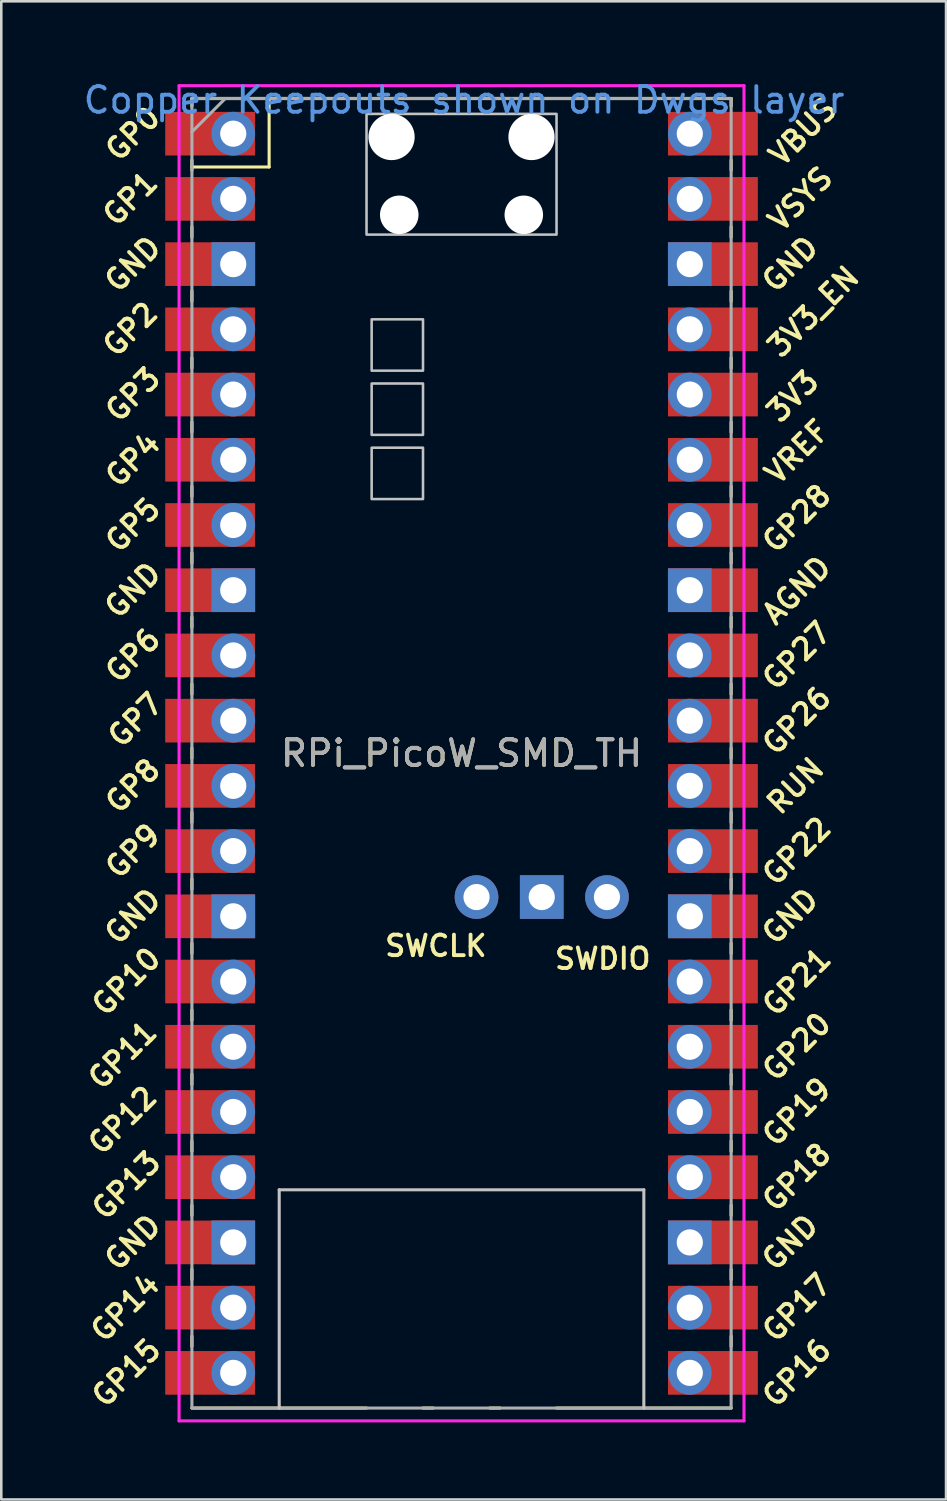
<source format=kicad_pcb>
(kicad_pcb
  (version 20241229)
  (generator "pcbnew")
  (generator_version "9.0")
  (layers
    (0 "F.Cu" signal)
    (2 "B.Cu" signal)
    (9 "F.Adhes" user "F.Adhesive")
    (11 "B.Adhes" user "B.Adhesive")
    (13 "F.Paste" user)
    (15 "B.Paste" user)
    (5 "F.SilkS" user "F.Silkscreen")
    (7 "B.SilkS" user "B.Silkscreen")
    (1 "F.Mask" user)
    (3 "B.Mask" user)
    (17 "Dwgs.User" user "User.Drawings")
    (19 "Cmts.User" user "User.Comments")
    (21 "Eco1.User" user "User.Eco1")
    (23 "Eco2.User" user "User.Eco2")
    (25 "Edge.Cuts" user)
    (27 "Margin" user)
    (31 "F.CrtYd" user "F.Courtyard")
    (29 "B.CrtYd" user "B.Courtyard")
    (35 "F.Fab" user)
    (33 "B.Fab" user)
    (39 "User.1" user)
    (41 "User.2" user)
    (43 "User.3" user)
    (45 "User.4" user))
  (footprint "RPi_PicoW_SMD_TH"
    (layer "F.Cu")
    (at 14.924 26.286)
    (property "Reference" "RPi_PicoW_SMD_TH" (at 0 0 0) (layer "F.SilkS") (effects (font (size 1 1) (thickness 0.15))))
    (attr through_hole)
    (fp_line (start -10.5 -25.5) (end -10.5 -25.2) (stroke (width 0.12) (type solid)) (layer "F.SilkS"))
    (fp_line (start -10.5 -25.5) (end 10.5 -25.5) (stroke (width 0.12) (type solid)) (layer "F.SilkS"))
    (fp_line (start -10.5 -23.1) (end -10.5 -22.7) (stroke (width 0.12) (type solid)) (layer "F.SilkS"))
    (fp_line (start -10.5 -22.833) (end -7.493 -22.833) (stroke (width 0.12) (type solid)) (layer "F.SilkS"))
    (fp_line (start -10.5 -20.5) (end -10.5 -20.1) (stroke (width 0.12) (type solid)) (layer "F.SilkS"))
    (fp_line (start -10.5 -18) (end -10.5 -17.6) (stroke (width 0.12) (type solid)) (layer "F.SilkS"))
    (fp_line (start -10.5 -15.4) (end -10.5 -15) (stroke (width 0.12) (type solid)) (layer "F.SilkS"))
    (fp_line (start -10.5 -12.9) (end -10.5 -12.5) (stroke (width 0.12) (type solid)) (layer "F.SilkS"))
    (fp_line (start -10.5 -10.4) (end -10.5 -10) (stroke (width 0.12) (type solid)) (layer "F.SilkS"))
    (fp_line (start -10.5 -7.8) (end -10.5 -7.4) (stroke (width 0.12) (type solid)) (layer "F.SilkS"))
    (fp_line (start -10.5 -5.3) (end -10.5 -4.9) (stroke (width 0.12) (type solid)) (layer "F.SilkS"))
    (fp_line (start -10.5 -2.7) (end -10.5 -2.3) (stroke (width 0.12) (type solid)) (layer "F.SilkS"))
    (fp_line (start -10.5 -0.2) (end -10.5 0.2) (stroke (width 0.12) (type solid)) (layer "F.SilkS"))
    (fp_line (start -10.5 2.3) (end -10.5 2.7) (stroke (width 0.12) (type solid)) (layer "F.SilkS"))
    (fp_line (start -10.5 4.9) (end -10.5 5.3) (stroke (width 0.12) (type solid)) (layer "F.SilkS"))
    (fp_line (start -10.5 7.4) (end -10.5 7.8) (stroke (width 0.12) (type solid)) (layer "F.SilkS"))
    (fp_line (start -10.5 10) (end -10.5 10.4) (stroke (width 0.12) (type solid)) (layer "F.SilkS"))
    (fp_line (start -10.5 12.5) (end -10.5 12.9) (stroke (width 0.12) (type solid)) (layer "F.SilkS"))
    (fp_line (start -10.5 15.1) (end -10.5 15.5) (stroke (width 0.12) (type solid)) (layer "F.SilkS"))
    (fp_line (start -10.5 17.6) (end -10.5 18) (stroke (width 0.12) (type solid)) (layer "F.SilkS"))
    (fp_line (start -10.5 20.1) (end -10.5 20.5) (stroke (width 0.12) (type solid)) (layer "F.SilkS"))
    (fp_line (start -10.5 22.7) (end -10.5 23.1) (stroke (width 0.12) (type solid)) (layer "F.SilkS"))
    (fp_line (start -7.493 -22.833) (end -7.493 -25.5) (stroke (width 0.12) (type solid)) (layer "F.SilkS"))
    (fp_line (start -3.7 25.5) (end -10.5 25.5) (stroke (width 0.12) (type solid)) (layer "F.SilkS"))
    (fp_line (start -1.5 25.5) (end -1.1 25.5) (stroke (width 0.12) (type solid)) (layer "F.SilkS"))
    (fp_line (start 1.1 25.5) (end 1.5 25.5) (stroke (width 0.12) (type solid)) (layer "F.SilkS"))
    (fp_line (start 10.5 -25.5) (end 10.5 -25.2) (stroke (width 0.12) (type solid)) (layer "F.SilkS"))
    (fp_line (start 10.5 -23.1) (end 10.5 -22.7) (stroke (width 0.12) (type solid)) (layer "F.SilkS"))
    (fp_line (start 10.5 -20.5) (end 10.5 -20.1) (stroke (width 0.12) (type solid)) (layer "F.SilkS"))
    (fp_line (start 10.5 -18) (end 10.5 -17.6) (stroke (width 0.12) (type solid)) (layer "F.SilkS"))
    (fp_line (start 10.5 -15.4) (end 10.5 -15) (stroke (width 0.12) (type solid)) (layer "F.SilkS"))
    (fp_line (start 10.5 -12.9) (end 10.5 -12.5) (stroke (width 0.12) (type solid)) (layer "F.SilkS"))
    (fp_line (start 10.5 -10.4) (end 10.5 -10) (stroke (width 0.12) (type solid)) (layer "F.SilkS"))
    (fp_line (start 10.5 -7.8) (end 10.5 -7.4) (stroke (width 0.12) (type solid)) (layer "F.SilkS"))
    (fp_line (start 10.5 -5.3) (end 10.5 -4.9) (stroke (width 0.12) (type solid)) (layer "F.SilkS"))
    (fp_line (start 10.5 -2.7) (end 10.5 -2.3) (stroke (width 0.12) (type solid)) (layer "F.SilkS"))
    (fp_line (start 10.5 -0.2) (end 10.5 0.2) (stroke (width 0.12) (type solid)) (layer "F.SilkS"))
    (fp_line (start 10.5 2.3) (end 10.5 2.7) (stroke (width 0.12) (type solid)) (layer "F.SilkS"))
    (fp_line (start 10.5 4.9) (end 10.5 5.3) (stroke (width 0.12) (type solid)) (layer "F.SilkS"))
    (fp_line (start 10.5 7.4) (end 10.5 7.8) (stroke (width 0.12) (type solid)) (layer "F.SilkS"))
    (fp_line (start 10.5 10) (end 10.5 10.4) (stroke (width 0.12) (type solid)) (layer "F.SilkS"))
    (fp_line (start 10.5 12.5) (end 10.5 12.9) (stroke (width 0.12) (type solid)) (layer "F.SilkS"))
    (fp_line (start 10.5 15.1) (end 10.5 15.5) (stroke (width 0.12) (type solid)) (layer "F.SilkS"))
    (fp_line (start 10.5 17.6) (end 10.5 18) (stroke (width 0.12) (type solid)) (layer "F.SilkS"))
    (fp_line (start 10.5 20.1) (end 10.5 20.5) (stroke (width 0.12) (type solid)) (layer "F.SilkS"))
    (fp_line (start 10.5 22.7) (end 10.5 23.1) (stroke (width 0.12) (type solid)) (layer "F.SilkS"))
    (fp_line (start 10.5 25.5) (end 3.7 25.5) (stroke (width 0.12) (type solid)) (layer "F.SilkS"))
    (fp_line (start -7.1 17) (end 7.1 17) (stroke (width 0.12) (type solid)) (layer "Dwgs.User"))
    (fp_line (start -7.1 25.5) (end -7.1 17) (stroke (width 0.12) (type solid)) (layer "Dwgs.User"))
    (fp_line (start 7.1 17) (end 7.1 25.5) (stroke (width 0.12) (type solid)) (layer "Dwgs.User"))
    (fp_poly (pts (xy -1.5 -14.9) (xy -3.5 -14.9) (xy -3.5 -16.9) (xy -1.5 -16.9)) (stroke (width 0.1) (type solid)) (fill no) (layer "Dwgs.User"))
    (fp_poly (pts (xy -1.5 -12.4) (xy -3.5 -12.4) (xy -3.5 -14.4) (xy -1.5 -14.4)) (stroke (width 0.1) (type solid)) (fill no) (layer "Dwgs.User"))
    (fp_poly (pts (xy -1.5 -9.9) (xy -3.5 -9.9) (xy -3.5 -11.9) (xy -1.5 -11.9)) (stroke (width 0.1) (type solid)) (fill no) (layer "Dwgs.User"))
    (fp_poly (pts (xy 3.7 -20.2) (xy -3.7 -20.2) (xy -3.7 -24.9) (xy 3.7 -24.9)) (stroke (width 0.1) (type solid)) (fill no) (layer "Dwgs.User"))
    (fp_line (start -11 -26) (end 11 -26) (stroke (width 0.12) (type solid)) (layer "F.CrtYd"))
    (fp_line (start -11 26) (end -11 -26) (stroke (width 0.12) (type solid)) (layer "F.CrtYd"))
    (fp_line (start 11 -26) (end 11 26) (stroke (width 0.12) (type solid)) (layer "F.CrtYd"))
    (fp_line (start 11 26) (end -11 26) (stroke (width 0.12) (type solid)) (layer "F.CrtYd"))
    (fp_line (start -10.5 -25.5) (end 10.5 -25.5) (stroke (width 0.12) (type solid)) (layer "F.Fab"))
    (fp_line (start -10.5 -24.2) (end -9.2 -25.5) (stroke (width 0.12) (type solid)) (layer "F.Fab"))
    (fp_line (start -10.5 25.5) (end -10.5 -25.5) (stroke (width 0.12) (type solid)) (layer "F.Fab"))
    (fp_line (start 10.5 -25.5) (end 10.5 25.5) (stroke (width 0.12) (type solid)) (layer "F.Fab"))
    (fp_line (start 10.5 25.5) (end -10.5 25.5) (stroke (width 0.12) (type solid)) (layer "F.Fab"))
    (fp_text user "SWDIO" (at 5.5 8 0) (layer "F.SilkS") (effects (font (size 0.8 0.8) (thickness 0.15))))
    (fp_text user "GND" (at -12.8 19.05 45) (layer "F.SilkS") (effects (font (size 0.8 0.8) (thickness 0.15))))
    (fp_text user "GP9" (at -12.8 3.81 45) (layer "F.SilkS") (effects (font (size 0.8 0.8) (thickness 0.15))))
    (fp_text user "GP26" (at 13.054 -1.27 45) (layer "F.SilkS") (effects (font (size 0.8 0.8) (thickness 0.15))))
    (fp_text user "GND" (at -12.8 -19.05 45) (layer "F.SilkS") (effects (font (size 0.8 0.8) (thickness 0.15))))
    (fp_text user "GP0" (at -12.8 -24.13 45) (layer "F.SilkS") (effects (font (size 0.8 0.8) (thickness 0.15))))
    (fp_text user "GP27" (at 13.054 -3.8 45) (layer "F.SilkS") (effects (font (size 0.8 0.8) (thickness 0.15))))
    (fp_text user "GND" (at -12.8 -6.35 45) (layer "F.SilkS") (effects (font (size 0.8 0.8) (thickness 0.15))))
    (fp_text user "GND" (at -12.8 6.35 45) (layer "F.SilkS") (effects (font (size 0.8 0.8) (thickness 0.15))))
    (fp_text user "GP13" (at -13.054 16.832 45) (layer "F.SilkS") (effects (font (size 0.8 0.8) (thickness 0.15))))
    (fp_text user "VBUS" (at 13.3 -24.2 45) (layer "F.SilkS") (effects (font (size 0.8 0.8) (thickness 0.15))))
    (fp_text user "GP10" (at -13.054 8.89 45) (layer "F.SilkS") (effects (font (size 0.8 0.8) (thickness 0.15))))
    (fp_text user "GP16" (at 13.054 24.13 45) (layer "F.SilkS") (effects (font (size 0.8 0.8) (thickness 0.15))))
    (fp_text user "AGND" (at 13.054 -6.35 45) (layer "F.SilkS") (effects (font (size 0.8 0.8) (thickness 0.15))))
    (fp_text user "GP22" (at 13.054 3.81 45) (layer "F.SilkS") (effects (font (size 0.8 0.8) (thickness 0.15))))
    (fp_text user "RUN" (at 13 1.27 45) (layer "F.SilkS") (effects (font (size 0.8 0.8) (thickness 0.15))))
    (fp_text user "GND" (at 12.8 6.35 45) (layer "F.SilkS") (effects (font (size 0.8 0.8) (thickness 0.15))))
    (fp_text user "GP18" (at 13.054 16.51 45) (layer "F.SilkS") (effects (font (size 0.8 0.8) (thickness 0.15))))
    (fp_text user "GP14" (at -13.1 21.59 45) (layer "F.SilkS") (effects (font (size 0.8 0.8) (thickness 0.15))))
    (fp_text user "GP20" (at 13.054 11.43 45) (layer "F.SilkS") (effects (font (size 0.8 0.8) (thickness 0.15))))
    (fp_text user "GP21" (at 13.054 8.9 45) (layer "F.SilkS") (effects (font (size 0.8 0.8) (thickness 0.15))))
    (fp_text user "VSYS" (at 13.2 -21.59 45) (layer "F.SilkS") (effects (font (size 0.8 0.8) (thickness 0.15))))
    (fp_text user "VREF" (at 13.068 -11.742 45) (layer "F.SilkS") (effects (font (size 0.8 0.8) (thickness 0.15))))
    (fp_text user "GP15" (at -13.054 24.13 45) (layer "F.SilkS") (effects (font (size 0.8 0.8) (thickness 0.15))))
    (fp_text user "GP5" (at -12.8 -8.89 45) (layer "F.SilkS") (effects (font (size 0.8 0.8) (thickness 0.15))))
    (fp_text user "GP3" (at -12.8 -13.97 45) (layer "F.SilkS") (effects (font (size 0.8 0.8) (thickness 0.15))))
    (fp_text user "3V3_EN" (at 13.7 -17.2 45) (layer "F.SilkS") (effects (font (size 0.8 0.8) (thickness 0.15))))
    (fp_text user "GND" (at 12.8 19.05 45) (layer "F.SilkS") (effects (font (size 0.8 0.8) (thickness 0.15))))
    (fp_text user "GND" (at 12.8 -19.05 45) (layer "F.SilkS") (effects (font (size 0.8 0.8) (thickness 0.15))))
    (fp_text user "3V3" (at 12.9 -13.9 45) (layer "F.SilkS") (effects (font (size 0.8 0.8) (thickness 0.15))))
    (fp_text user "GP12" (at -13.2 14.293 45) (layer "F.SilkS") (effects (font (size 0.8 0.8) (thickness 0.15))))
    (fp_text user "GP1" (at -12.9 -21.6 45) (layer "F.SilkS") (effects (font (size 0.8 0.8) (thickness 0.15))))
    (fp_text user "GP28" (at 13.054 -9.144 45) (layer "F.SilkS") (effects (font (size 0.8 0.8) (thickness 0.15))))
    (fp_text user "GP17" (at 13.054 21.59 45) (layer "F.SilkS") (effects (font (size 0.8 0.8) (thickness 0.15))))
    (fp_text user "GP6" (at -12.8 -3.81 45) (layer "F.SilkS") (effects (font (size 0.8 0.8) (thickness 0.15))))
    (fp_text user "SWCLK" (at -1 7.5 0) (layer "F.SilkS") (effects (font (size 0.8 0.8) (thickness 0.15))))
    (fp_text user "GP4" (at -12.8 -11.43 45) (layer "F.SilkS") (effects (font (size 0.8 0.8) (thickness 0.15))))
    (fp_text user "GP7" (at -12.7 -1.3 45) (layer "F.SilkS") (effects (font (size 0.8 0.8) (thickness 0.15))))
    (fp_text user "GP8" (at -12.8 1.27 45) (layer "F.SilkS") (effects (font (size 0.8 0.8) (thickness 0.15))))
    (fp_text user "GP2" (at -12.9 -16.51 45) (layer "F.SilkS") (effects (font (size 0.8 0.8) (thickness 0.15))))
    (fp_text user "GP19" (at 13.054 13.97 45) (layer "F.SilkS") (effects (font (size 0.8 0.8) (thickness 0.15))))
    (fp_text user "GP11" (at -13.2 11.752 45) (layer "F.SilkS") (effects (font (size 0.8 0.8) (thickness 0.15))))
    (fp_text user "Copper Keepouts shown on Dwgs layer" (at 0.1 -25.438 0) (layer "Cmts.User") (effects (font (size 1 1) (thickness 0.15))))
    (fp_text user "${REFERENCE}" (at 0 0 180) (layer "F.Fab") (effects (font (size 1 1) (thickness 0.15))))
    (pad "" np_thru_hole oval (at -2.725 -24) (size 1.8 1.8) (drill 1.8) (layers "*.Cu" "*.Mask"))
    (pad "" np_thru_hole oval (at -2.425 -20.97) (size 1.5 1.5) (drill 1.5) (layers "*.Cu" "*.Mask"))
    (pad "" np_thru_hole oval (at 2.425 -20.97) (size 1.5 1.5) (drill 1.5) (layers "*.Cu" "*.Mask"))
    (pad "" np_thru_hole oval (at 2.725 -24) (size 1.8 1.8) (drill 1.8) (layers "*.Cu" "*.Mask"))
    (pad "1" thru_hole oval (at -8.89 -24.13) (size 1.7 1.7) (drill 1.02) (layers "*.Cu" "*.Mask"))
    (pad "1" smd rect (at -8.89 -24.13) (size 3.5 1.7) (drill (offset -0.9 0)) (layers "F.Cu" "F.Mask"))
    (pad "2" thru_hole oval (at -8.89 -21.59) (size 1.7 1.7) (drill 1.02) (layers "*.Cu" "*.Mask"))
    (pad "2" smd rect (at -8.89 -21.59) (size 3.5 1.7) (drill (offset -0.9 0)) (layers "F.Cu" "F.Mask"))
    (pad "3" thru_hole rect (at -8.89 -19.05) (size 1.7 1.7) (drill 1.02) (layers "*.Cu" "*.Mask"))
    (pad "3" smd rect (at -8.89 -19.05) (size 3.5 1.7) (drill (offset -0.9 0)) (layers "F.Cu" "F.Mask"))
    (pad "4" thru_hole oval (at -8.89 -16.51) (size 1.7 1.7) (drill 1.02) (layers "*.Cu" "*.Mask"))
    (pad "4" smd rect (at -8.89 -16.51) (size 3.5 1.7) (drill (offset -0.9 0)) (layers "F.Cu" "F.Mask"))
    (pad "5" thru_hole oval (at -8.89 -13.97) (size 1.7 1.7) (drill 1.02) (layers "*.Cu" "*.Mask"))
    (pad "5" smd rect (at -8.89 -13.97) (size 3.5 1.7) (drill (offset -0.9 0)) (layers "F.Cu" "F.Mask"))
    (pad "6" thru_hole oval (at -8.89 -11.43) (size 1.7 1.7) (drill 1.02) (layers "*.Cu" "*.Mask"))
    (pad "6" smd rect (at -8.89 -11.43) (size 3.5 1.7) (drill (offset -0.9 0)) (layers "F.Cu" "F.Mask"))
    (pad "7" thru_hole oval (at -8.89 -8.89) (size 1.7 1.7) (drill 1.02) (layers "*.Cu" "*.Mask"))
    (pad "7" smd rect (at -8.89 -8.89) (size 3.5 1.7) (drill (offset -0.9 0)) (layers "F.Cu" "F.Mask"))
    (pad "8" thru_hole rect (at -8.89 -6.35) (size 1.7 1.7) (drill 1.02) (layers "*.Cu" "*.Mask"))
    (pad "8" smd rect (at -8.89 -6.35) (size 3.5 1.7) (drill (offset -0.9 0)) (layers "F.Cu" "F.Mask"))
    (pad "9" thru_hole oval (at -8.89 -3.81) (size 1.7 1.7) (drill 1.02) (layers "*.Cu" "*.Mask"))
    (pad "9" smd rect (at -8.89 -3.81) (size 3.5 1.7) (drill (offset -0.9 0)) (layers "F.Cu" "F.Mask"))
    (pad "10" thru_hole oval (at -8.89 -1.27) (size 1.7 1.7) (drill 1.02) (layers "*.Cu" "*.Mask"))
    (pad "10" smd rect (at -8.89 -1.27) (size 3.5 1.7) (drill (offset -0.9 0)) (layers "F.Cu" "F.Mask"))
    (pad "11" thru_hole oval (at -8.89 1.27) (size 1.7 1.7) (drill 1.02) (layers "*.Cu" "*.Mask"))
    (pad "11" smd rect (at -8.89 1.27) (size 3.5 1.7) (drill (offset -0.9 0)) (layers "F.Cu" "F.Mask"))
    (pad "12" thru_hole oval (at -8.89 3.81) (size 1.7 1.7) (drill 1.02) (layers "*.Cu" "*.Mask"))
    (pad "12" smd rect (at -8.89 3.81) (size 3.5 1.7) (drill (offset -0.9 0)) (layers "F.Cu" "F.Mask"))
    (pad "13" thru_hole rect (at -8.89 6.35) (size 1.7 1.7) (drill 1.02) (layers "*.Cu" "*.Mask"))
    (pad "13" smd rect (at -8.89 6.35) (size 3.5 1.7) (drill (offset -0.9 0)) (layers "F.Cu" "F.Mask"))
    (pad "14" thru_hole oval (at -8.89 8.89) (size 1.7 1.7) (drill 1.02) (layers "*.Cu" "*.Mask"))
    (pad "14" smd rect (at -8.89 8.89) (size 3.5 1.7) (drill (offset -0.9 0)) (layers "F.Cu" "F.Mask"))
    (pad "15" thru_hole oval (at -8.89 11.43) (size 1.7 1.7) (drill 1.02) (layers "*.Cu" "*.Mask"))
    (pad "15" smd rect (at -8.89 11.43) (size 3.5 1.7) (drill (offset -0.9 0)) (layers "F.Cu" "F.Mask"))
    (pad "16" thru_hole oval (at -8.89 13.97) (size 1.7 1.7) (drill 1.02) (layers "*.Cu" "*.Mask"))
    (pad "16" smd rect (at -8.89 13.97) (size 3.5 1.7) (drill (offset -0.9 0)) (layers "F.Cu" "F.Mask"))
    (pad "17" thru_hole oval (at -8.89 16.51) (size 1.7 1.7) (drill 1.02) (layers "*.Cu" "*.Mask"))
    (pad "17" smd rect (at -8.89 16.51) (size 3.5 1.7) (drill (offset -0.9 0)) (layers "F.Cu" "F.Mask"))
    (pad "18" thru_hole rect (at -8.89 19.05) (size 1.7 1.7) (drill 1.02) (layers "*.Cu" "*.Mask"))
    (pad "18" smd rect (at -8.89 19.05) (size 3.5 1.7) (drill (offset -0.9 0)) (layers "F.Cu" "F.Mask"))
    (pad "19" thru_hole oval (at -8.89 21.59) (size 1.7 1.7) (drill 1.02) (layers "*.Cu" "*.Mask"))
    (pad "19" smd rect (at -8.89 21.59) (size 3.5 1.7) (drill (offset -0.9 0)) (layers "F.Cu" "F.Mask"))
    (pad "20" thru_hole oval (at -8.89 24.13) (size 1.7 1.7) (drill 1.02) (layers "*.Cu" "*.Mask"))
    (pad "20" smd rect (at -8.89 24.13) (size 3.5 1.7) (drill (offset -0.9 0)) (layers "F.Cu" "F.Mask"))
    (pad "21" thru_hole oval (at 8.89 24.13) (size 1.7 1.7) (drill 1.02) (layers "*.Cu" "*.Mask"))
    (pad "21" smd rect (at 8.89 24.13) (size 3.5 1.7) (drill (offset 0.9 0)) (layers "F.Cu" "F.Mask"))
    (pad "22" thru_hole oval (at 8.89 21.59) (size 1.7 1.7) (drill 1.02) (layers "*.Cu" "*.Mask"))
    (pad "22" smd rect (at 8.89 21.59) (size 3.5 1.7) (drill (offset 0.9 0)) (layers "F.Cu" "F.Mask"))
    (pad "23" thru_hole rect (at 8.89 19.05) (size 1.7 1.7) (drill 1.02) (layers "*.Cu" "*.Mask"))
    (pad "23" smd rect (at 8.89 19.05) (size 3.5 1.7) (drill (offset 0.9 0)) (layers "F.Cu" "F.Mask"))
    (pad "24" thru_hole oval (at 8.89 16.51) (size 1.7 1.7) (drill 1.02) (layers "*.Cu" "*.Mask"))
    (pad "24" smd rect (at 8.89 16.51) (size 3.5 1.7) (drill (offset 0.9 0)) (layers "F.Cu" "F.Mask"))
    (pad "25" thru_hole oval (at 8.89 13.97) (size 1.7 1.7) (drill 1.02) (layers "*.Cu" "*.Mask"))
    (pad "25" smd rect (at 8.89 13.97) (size 3.5 1.7) (drill (offset 0.9 0)) (layers "F.Cu" "F.Mask"))
    (pad "26" thru_hole oval (at 8.89 11.43) (size 1.7 1.7) (drill 1.02) (layers "*.Cu" "*.Mask"))
    (pad "26" smd rect (at 8.89 11.43) (size 3.5 1.7) (drill (offset 0.9 0)) (layers "F.Cu" "F.Mask"))
    (pad "27" thru_hole oval (at 8.89 8.89) (size 1.7 1.7) (drill 1.02) (layers "*.Cu" "*.Mask"))
    (pad "27" smd rect (at 8.89 8.89) (size 3.5 1.7) (drill (offset 0.9 0)) (layers "F.Cu" "F.Mask"))
    (pad "28" thru_hole rect (at 8.89 6.35) (size 1.7 1.7) (drill 1.02) (layers "*.Cu" "*.Mask"))
    (pad "28" smd rect (at 8.89 6.35) (size 3.5 1.7) (drill (offset 0.9 0)) (layers "F.Cu" "F.Mask"))
    (pad "29" thru_hole oval (at 8.89 3.81) (size 1.7 1.7) (drill 1.02) (layers "*.Cu" "*.Mask"))
    (pad "29" smd rect (at 8.89 3.81) (size 3.5 1.7) (drill (offset 0.9 0)) (layers "F.Cu" "F.Mask"))
    (pad "30" thru_hole oval (at 8.89 1.27) (size 1.7 1.7) (drill 1.02) (layers "*.Cu" "*.Mask"))
    (pad "30" smd rect (at 8.89 1.27) (size 3.5 1.7) (drill (offset 0.9 0)) (layers "F.Cu" "F.Mask"))
    (pad "31" thru_hole oval (at 8.89 -1.27) (size 1.7 1.7) (drill 1.02) (layers "*.Cu" "*.Mask"))
    (pad "31" smd rect (at 8.89 -1.27) (size 3.5 1.7) (drill (offset 0.9 0)) (layers "F.Cu" "F.Mask"))
    (pad "32" thru_hole oval (at 8.89 -3.81) (size 1.7 1.7) (drill 1.02) (layers "*.Cu" "*.Mask"))
    (pad "32" smd rect (at 8.89 -3.81) (size 3.5 1.7) (drill (offset 0.9 0)) (layers "F.Cu" "F.Mask"))
    (pad "33" thru_hole rect (at 8.89 -6.35) (size 1.7 1.7) (drill 1.02) (layers "*.Cu" "*.Mask"))
    (pad "33" smd rect (at 8.89 -6.35) (size 3.5 1.7) (drill (offset 0.9 0)) (layers "F.Cu" "F.Mask"))
    (pad "34" thru_hole oval (at 8.89 -8.89) (size 1.7 1.7) (drill 1.02) (layers "*.Cu" "*.Mask"))
    (pad "34" smd rect (at 8.89 -8.89) (size 3.5 1.7) (drill (offset 0.9 0)) (layers "F.Cu" "F.Mask"))
    (pad "35" thru_hole oval (at 8.89 -11.43) (size 1.7 1.7) (drill 1.02) (layers "*.Cu" "*.Mask"))
    (pad "35" smd rect (at 8.89 -11.43) (size 3.5 1.7) (drill (offset 0.9 0)) (layers "F.Cu" "F.Mask"))
    (pad "36" thru_hole oval (at 8.89 -13.97) (size 1.7 1.7) (drill 1.02) (layers "*.Cu" "*.Mask"))
    (pad "36" smd rect (at 8.89 -13.97) (size 3.5 1.7) (drill (offset 0.9 0)) (layers "F.Cu" "F.Mask"))
    (pad "37" thru_hole oval (at 8.89 -16.51) (size 1.7 1.7) (drill 1.02) (layers "*.Cu" "*.Mask"))
    (pad "37" smd rect (at 8.89 -16.51) (size 3.5 1.7) (drill (offset 0.9 0)) (layers "F.Cu" "F.Mask"))
    (pad "38" thru_hole rect (at 8.89 -19.05) (size 1.7 1.7) (drill 1.02) (layers "*.Cu" "*.Mask"))
    (pad "38" smd rect (at 8.89 -19.05) (size 3.5 1.7) (drill (offset 0.9 0)) (layers "F.Cu" "F.Mask"))
    (pad "39" thru_hole oval (at 8.89 -21.59) (size 1.7 1.7) (drill 1.02) (layers "*.Cu" "*.Mask"))
    (pad "39" smd rect (at 8.89 -21.59) (size 3.5 1.7) (drill (offset 0.9 0)) (layers "F.Cu" "F.Mask"))
    (pad "40" thru_hole oval (at 8.89 -24.13) (size 1.7 1.7) (drill 1.02) (layers "*.Cu" "*.Mask"))
    (pad "40" smd rect (at 8.89 -24.13) (size 3.5 1.7) (drill (offset 0.9 0)) (layers "F.Cu" "F.Mask"))
    (pad "41" thru_hole oval (at 0.584 5.6) (size 1.7 1.7) (drill 1.02) (layers "*.Cu" "*.Mask"))
    (pad "42" thru_hole rect (at 3.124 5.6) (size 1.7 1.7) (drill 1.02) (layers "*.Cu" "*.Mask"))
    (pad "43" thru_hole oval (at 5.664 5.6) (size 1.7 1.7) (drill 1.02) (layers "*.Cu" "*.Mask")))
  (gr_rect
    (start -3 -3)
    (end 33.793 55.346)
    (stroke (width 0.1) (type default))
    (fill no)
    (layer "Edge.Cuts")))
</source>
